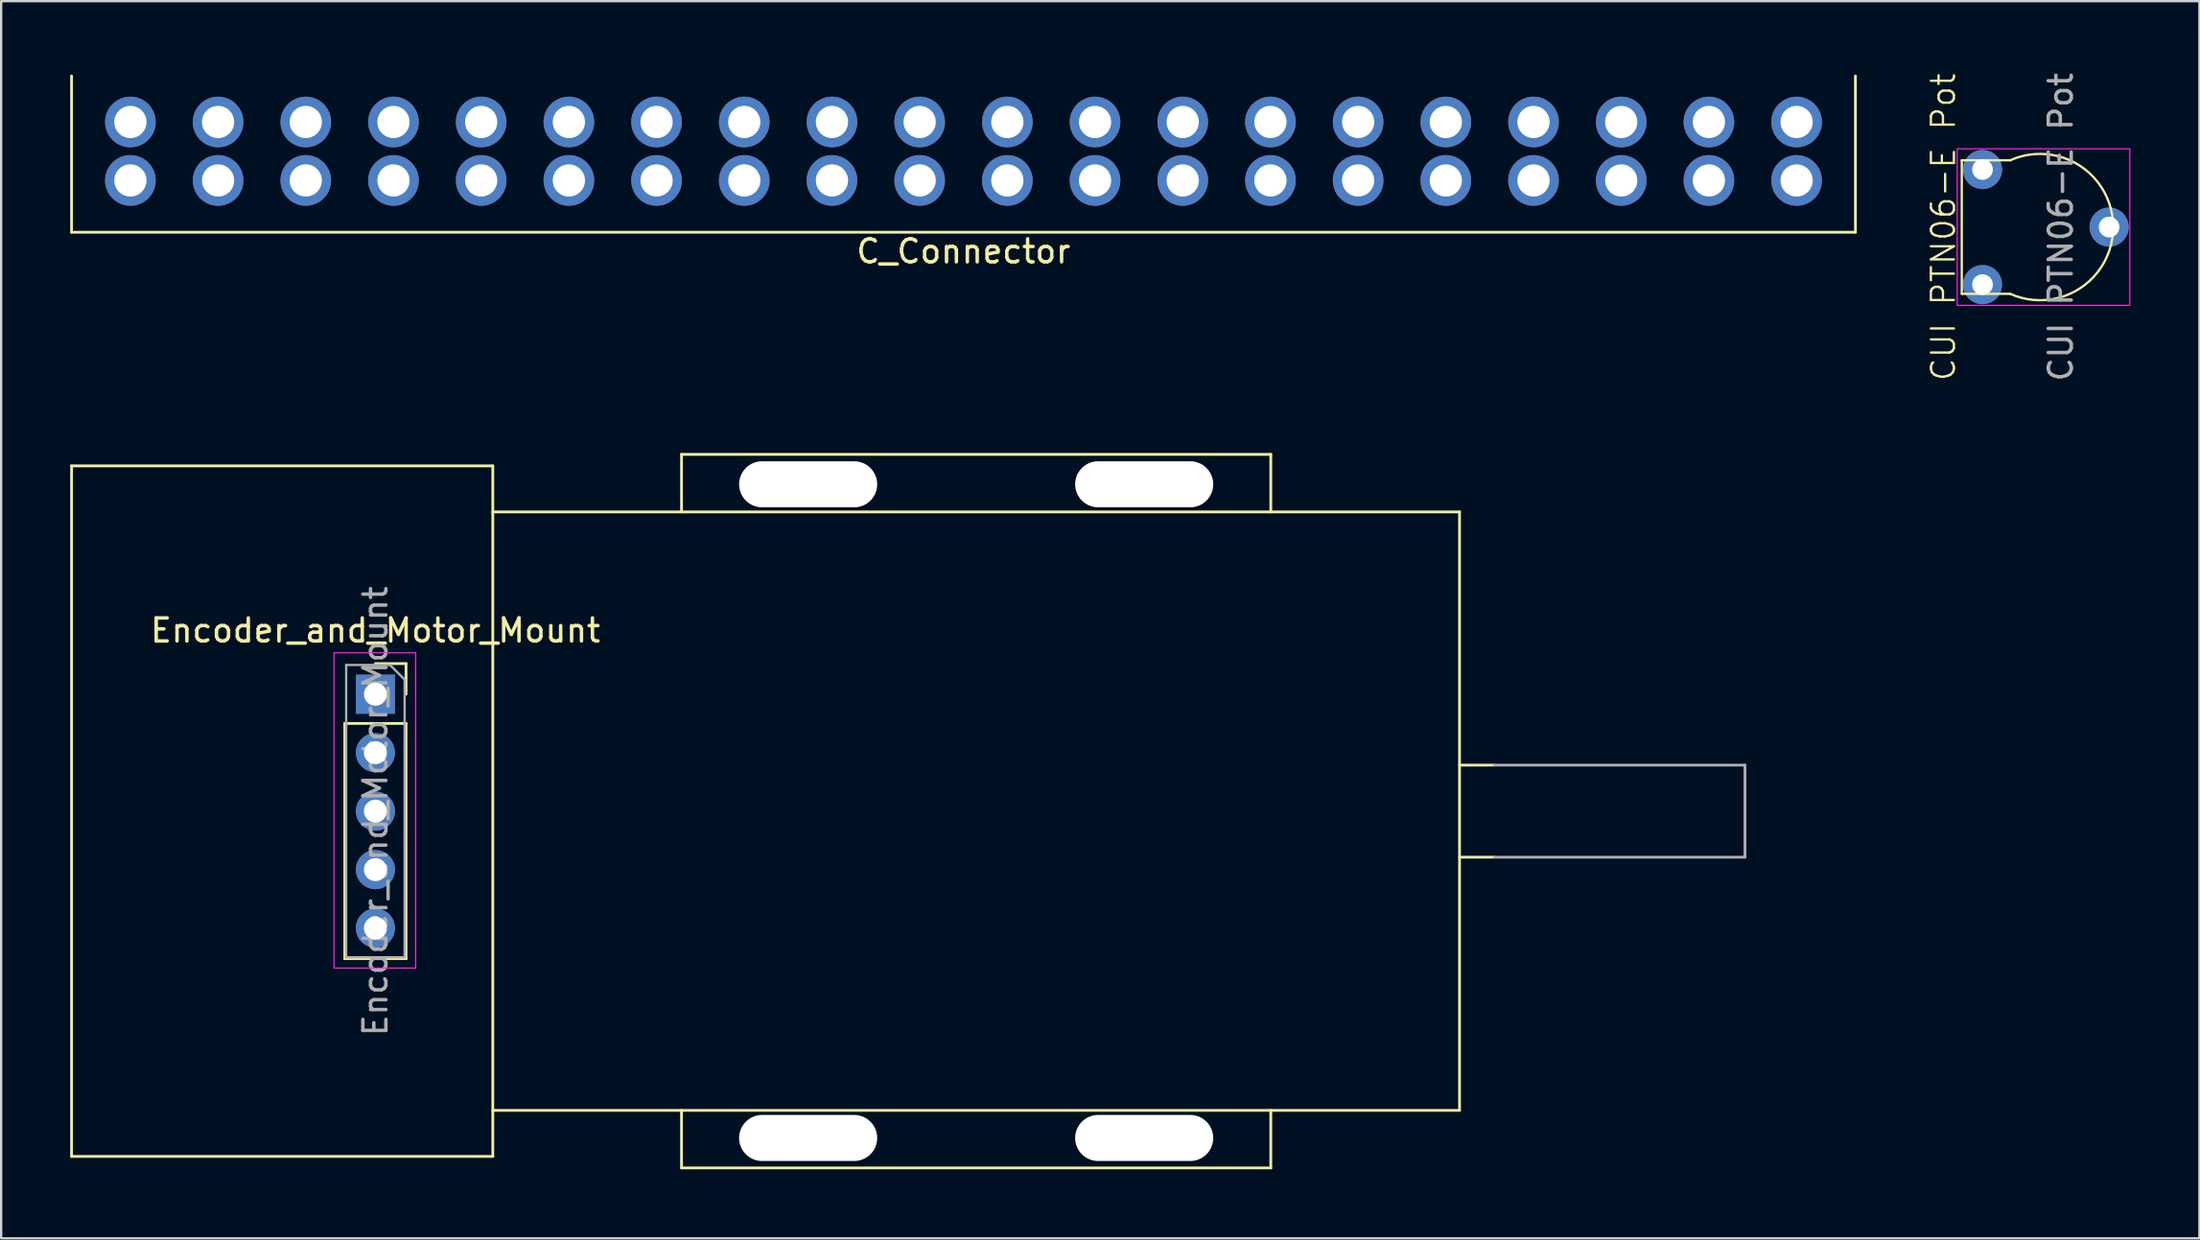
<source format=kicad_pcb>
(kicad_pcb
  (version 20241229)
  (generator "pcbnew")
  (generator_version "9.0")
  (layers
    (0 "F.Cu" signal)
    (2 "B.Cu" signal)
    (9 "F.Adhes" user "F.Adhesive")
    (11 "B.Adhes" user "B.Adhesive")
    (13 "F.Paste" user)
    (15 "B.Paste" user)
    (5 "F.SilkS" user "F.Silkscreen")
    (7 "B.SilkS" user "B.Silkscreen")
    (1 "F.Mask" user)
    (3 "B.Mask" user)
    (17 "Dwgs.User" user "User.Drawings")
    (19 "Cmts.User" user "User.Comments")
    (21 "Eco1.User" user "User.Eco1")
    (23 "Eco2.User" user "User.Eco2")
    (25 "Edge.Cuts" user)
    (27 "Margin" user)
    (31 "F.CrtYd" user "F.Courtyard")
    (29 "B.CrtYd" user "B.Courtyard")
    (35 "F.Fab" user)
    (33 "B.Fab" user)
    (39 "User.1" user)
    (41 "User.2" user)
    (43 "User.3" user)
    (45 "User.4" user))
  (footprint "Encoder_and_Motor_Mount"
    (layer "F.Cu")
    (at 5.16 32.191)
    (property "Reference" "Encoder_and_Motor_Mount" (at 8.1 -7.85 0) (layer "F.SilkS") (effects (font (size 1 1) (thickness 0.15))))
    (attr through_hole)
    (fp_line (start -5.1 -15) (end -5.1 15) (stroke (width 0.12) (type solid)) (layer "F.SilkS"))
    (fp_line (start -5.1 15) (end 13.2 15) (stroke (width 0.12) (type solid)) (layer "F.SilkS"))
    (fp_line (start 6.77 -3.81) (end 6.77 6.41) (stroke (width 0.12) (type solid)) (layer "F.SilkS"))
    (fp_line (start 6.77 -3.81) (end 9.43 -3.81) (stroke (width 0.12) (type solid)) (layer "F.SilkS"))
    (fp_line (start 6.77 6.41) (end 9.43 6.41) (stroke (width 0.12) (type solid)) (layer "F.SilkS"))
    (fp_line (start 8.1 -6.41) (end 9.43 -6.41) (stroke (width 0.12) (type solid)) (layer "F.SilkS"))
    (fp_line (start 9.43 -6.41) (end 9.43 -5.08) (stroke (width 0.12) (type solid)) (layer "F.SilkS"))
    (fp_line (start 9.43 -3.81) (end 9.43 6.41) (stroke (width 0.12) (type solid)) (layer "F.SilkS"))
    (fp_line (start 13.2 -15) (end -5.1 -15) (stroke (width 0.12) (type solid)) (layer "F.SilkS"))
    (fp_line (start 13.2 -13) (end 55.2 -13) (stroke (width 0.12) (type solid)) (layer "F.SilkS"))
    (fp_line (start 13.2 15) (end 13.2 -15) (stroke (width 0.12) (type solid)) (layer "F.SilkS"))
    (fp_line (start 21.4 -15.5) (end 47 -15.5) (stroke (width 0.12) (type solid)) (layer "F.SilkS"))
    (fp_line (start 21.4 -13) (end 21.4 -15.5) (stroke (width 0.12) (type solid)) (layer "F.SilkS"))
    (fp_line (start 21.4 15.5) (end 21.4 13) (stroke (width 0.12) (type solid)) (layer "F.SilkS"))
    (fp_line (start 47 -15.5) (end 47 -13) (stroke (width 0.12) (type solid)) (layer "F.SilkS"))
    (fp_line (start 47 13) (end 47 15.5) (stroke (width 0.12) (type solid)) (layer "F.SilkS"))
    (fp_line (start 47 15.5) (end 21.4 15.5) (stroke (width 0.12) (type solid)) (layer "F.SilkS"))
    (fp_line (start 55.2 -13) (end 55.2 13) (stroke (width 0.12) (type solid)) (layer "F.SilkS"))
    (fp_line (start 55.2 13) (end 13.2 13) (stroke (width 0.12) (type solid)) (layer "F.SilkS"))
    (fp_line (start 56.7 -2) (end 55.2 -2) (stroke (width 0.12) (type solid)) (layer "F.SilkS"))
    (fp_line (start 56.7 2) (end 55.2 2) (stroke (width 0.12) (type solid)) (layer "F.SilkS"))
    (fp_line (start 6.3 -6.88) (end 9.85 -6.88) (stroke (width 0.05) (type solid)) (layer "F.CrtYd"))
    (fp_line (start 6.3 6.82) (end 6.3 -6.88) (stroke (width 0.05) (type solid)) (layer "F.CrtYd"))
    (fp_line (start 9.85 -6.88) (end 9.85 6.82) (stroke (width 0.05) (type solid)) (layer "F.CrtYd"))
    (fp_line (start 9.85 6.82) (end 6.3 6.82) (stroke (width 0.05) (type solid)) (layer "F.CrtYd"))
    (fp_line (start 6.83 -6.35) (end 8.735 -6.35) (stroke (width 0.1) (type solid)) (layer "F.Fab"))
    (fp_line (start 6.83 6.35) (end 6.83 -6.35) (stroke (width 0.1) (type solid)) (layer "F.Fab"))
    (fp_line (start 8.735 -6.35) (end 9.37 -5.715) (stroke (width 0.1) (type solid)) (layer "F.Fab"))
    (fp_line (start 9.37 -5.715) (end 9.37 6.35) (stroke (width 0.1) (type solid)) (layer "F.Fab"))
    (fp_line (start 9.37 6.35) (end 6.83 6.35) (stroke (width 0.1) (type solid)) (layer "F.Fab"))
    (fp_line (start 56.7 -2) (end 67.6 -2) (stroke (width 0.12) (type solid)) (layer "F.Fab"))
    (fp_line (start 67.6 -2) (end 67.6 2) (stroke (width 0.12) (type solid)) (layer "F.Fab"))
    (fp_line (start 67.6 2) (end 56.7 2) (stroke (width 0.12) (type solid)) (layer "F.Fab"))
    (fp_text user "${REFERENCE}" (at 8.1 0 90) (layer "F.Fab") (effects (font (size 1 1) (thickness 0.15))))
    (pad "" np_thru_hole oval (at 26.9 -14.2) (size 6 2) (drill oval 6 2) (layers "*.Cu" "*.Mask"))
    (pad "" np_thru_hole oval (at 26.9 14.2 180) (size 6 2) (drill oval 6 2) (layers "*.Cu" "*.Mask"))
    (pad "" np_thru_hole oval (at 41.5 -14.2) (size 6 2) (drill oval 6 2) (layers "*.Cu" "*.Mask"))
    (pad "" np_thru_hole oval (at 41.5 14.2 180) (size 6 2) (drill oval 6 2) (layers "*.Cu" "*.Mask"))
    (pad "1" thru_hole rect (at 8.1 -5.08) (size 1.7 1.7) (drill 1) (layers "*.Cu" "*.Mask"))
    (pad "2" thru_hole oval (at 8.1 -2.54) (size 1.7 1.7) (drill 1) (layers "*.Cu" "*.Mask"))
    (pad "3" thru_hole oval (at 8.1 0) (size 1.7 1.7) (drill 1) (layers "*.Cu" "*.Mask"))
    (pad "4" thru_hole oval (at 8.1 2.54) (size 1.7 1.7) (drill 1) (layers "*.Cu" "*.Mask"))
    (pad "5" thru_hole oval (at 8.1 5.08) (size 1.7 1.7) (drill 1) (layers "*.Cu" "*.Mask")))
  (footprint "C_Connector"
    (layer "F.Cu")
    (at 38.81 0.25)
    (property "Reference" "C_Connector" (at 0 7.62 0) (layer "F.SilkS") (effects (font (size 1 1) (thickness 0.15))))
    (attr through_hole)
    (fp_line (start -38.75 0) (end -38.75 6.79) (stroke (width 0.12) (type solid)) (layer "F.SilkS"))
    (fp_line (start -38.75 6.79) (end 38.75 6.79) (stroke (width 0.12) (type solid)) (layer "F.SilkS"))
    (fp_line (start 38.75 6.79) (end 38.75 0) (stroke (width 0.12) (type solid)) (layer "F.SilkS"))
    (pad "1" thru_hole circle (at -36.195 2) (size 2.2 2.2) (drill 1.4) (layers "*.Cu" "*.Mask"))
    (pad "1" thru_hole circle (at -36.195 4.54) (size 2.2 2.2) (drill 1.4) (layers "*.Cu" "*.Mask"))
    (pad "2" thru_hole circle (at -32.385 2) (size 2.2 2.2) (drill 1.4) (layers "*.Cu" "*.Mask"))
    (pad "2" thru_hole circle (at -32.385 4.54) (size 2.2 2.2) (drill 1.4) (layers "*.Cu" "*.Mask"))
    (pad "3" thru_hole circle (at -28.575 2) (size 2.2 2.2) (drill 1.4) (layers "*.Cu" "*.Mask"))
    (pad "3" thru_hole circle (at -28.575 4.54) (size 2.2 2.2) (drill 1.4) (layers "*.Cu" "*.Mask"))
    (pad "4" thru_hole circle (at -24.765 2) (size 2.2 2.2) (drill 1.4) (layers "*.Cu" "*.Mask"))
    (pad "4" thru_hole circle (at -24.765 4.54) (size 2.2 2.2) (drill 1.4) (layers "*.Cu" "*.Mask"))
    (pad "5" thru_hole circle (at -20.955 2) (size 2.2 2.2) (drill 1.4) (layers "*.Cu" "*.Mask"))
    (pad "5" thru_hole circle (at -20.955 4.54) (size 2.2 2.2) (drill 1.4) (layers "*.Cu" "*.Mask"))
    (pad "6" thru_hole circle (at -17.145 2) (size 2.2 2.2) (drill 1.4) (layers "*.Cu" "*.Mask"))
    (pad "6" thru_hole circle (at -17.145 4.54) (size 2.2 2.2) (drill 1.4) (layers "*.Cu" "*.Mask"))
    (pad "7" thru_hole circle (at -13.335 2) (size 2.2 2.2) (drill 1.4) (layers "*.Cu" "*.Mask"))
    (pad "7" thru_hole circle (at -13.335 4.54) (size 2.2 2.2) (drill 1.4) (layers "*.Cu" "*.Mask"))
    (pad "8" thru_hole circle (at -9.525 2) (size 2.2 2.2) (drill 1.4) (layers "*.Cu" "*.Mask"))
    (pad "8" thru_hole circle (at -9.525 4.54) (size 2.2 2.2) (drill 1.4) (layers "*.Cu" "*.Mask"))
    (pad "9" thru_hole circle (at -5.715 2) (size 2.2 2.2) (drill 1.4) (layers "*.Cu" "*.Mask"))
    (pad "9" thru_hole circle (at -5.715 4.54) (size 2.2 2.2) (drill 1.4) (layers "*.Cu" "*.Mask"))
    (pad "10" thru_hole circle (at -1.905 2) (size 2.2 2.2) (drill 1.4) (layers "*.Cu" "*.Mask"))
    (pad "10" thru_hole circle (at -1.905 4.54) (size 2.2 2.2) (drill 1.4) (layers "*.Cu" "*.Mask"))
    (pad "11" thru_hole circle (at 1.905 2) (size 2.2 2.2) (drill 1.4) (layers "*.Cu" "*.Mask"))
    (pad "11" thru_hole circle (at 1.905 4.54) (size 2.2 2.2) (drill 1.4) (layers "*.Cu" "*.Mask"))
    (pad "12" thru_hole circle (at 5.715 2) (size 2.2 2.2) (drill 1.4) (layers "*.Cu" "*.Mask"))
    (pad "12" thru_hole circle (at 5.715 4.54) (size 2.2 2.2) (drill 1.4) (layers "*.Cu" "*.Mask"))
    (pad "13" thru_hole circle (at 9.525 2) (size 2.2 2.2) (drill 1.4) (layers "*.Cu" "*.Mask"))
    (pad "13" thru_hole circle (at 9.525 4.54) (size 2.2 2.2) (drill 1.4) (layers "*.Cu" "*.Mask"))
    (pad "14" thru_hole circle (at 13.335 2) (size 2.2 2.2) (drill 1.4) (layers "*.Cu" "*.Mask"))
    (pad "14" thru_hole circle (at 13.335 4.54) (size 2.2 2.2) (drill 1.4) (layers "*.Cu" "*.Mask"))
    (pad "15" thru_hole circle (at 17.145 2) (size 2.2 2.2) (drill 1.4) (layers "*.Cu" "*.Mask"))
    (pad "15" thru_hole circle (at 17.145 4.54) (size 2.2 2.2) (drill 1.4) (layers "*.Cu" "*.Mask"))
    (pad "16" thru_hole circle (at 20.955 2) (size 2.2 2.2) (drill 1.4) (layers "*.Cu" "*.Mask"))
    (pad "16" thru_hole circle (at 20.955 4.54) (size 2.2 2.2) (drill 1.4) (layers "*.Cu" "*.Mask"))
    (pad "17" thru_hole circle (at 24.765 2) (size 2.2 2.2) (drill 1.4) (layers "*.Cu" "*.Mask"))
    (pad "17" thru_hole circle (at 24.765 4.54) (size 2.2 2.2) (drill 1.4) (layers "*.Cu" "*.Mask"))
    (pad "18" thru_hole circle (at 28.575 2) (size 2.2 2.2) (drill 1.4) (layers "*.Cu" "*.Mask"))
    (pad "18" thru_hole circle (at 28.575 4.54) (size 2.2 2.2) (drill 1.4) (layers "*.Cu" "*.Mask"))
    (pad "19" thru_hole circle (at 32.385 2) (size 2.2 2.2) (drill 1.4) (layers "*.Cu" "*.Mask"))
    (pad "19" thru_hole circle (at 32.385 4.54) (size 2.2 2.2) (drill 1.4) (layers "*.Cu" "*.Mask"))
    (pad "20" thru_hole circle (at 36.195 2) (size 2.2 2.2) (drill 1.4) (layers "*.Cu" "*.Mask"))
    (pad "20" thru_hole circle (at 36.195 4.54) (size 2.2 2.2) (drill 1.4) (layers "*.Cu" "*.Mask")))
  (footprint "CUI PTN06-E Pot"
    (layer "F.Cu")
    (at 85.581 6.815)
    (property "Reference" "CUI PTN06-E Pot" (at -4.2 0 90) (unlocked yes) (layer "F.SilkS") (effects (font (size 1 1) (thickness 0.1))))
    (attr through_hole)
    (fp_line (start -3.4 -2.9) (end -3.4 2.9) (stroke (width 0.1) (type default)) (layer "F.SilkS"))
    (fp_line (start -3.4 -2.9) (end -1.3 -2.9) (stroke (width 0.1) (type default)) (layer "F.SilkS"))
    (fp_line (start -3.4 2.9) (end -1.3 2.9) (stroke (width 0.1) (type default)) (layer "F.SilkS"))
    (fp_arc (start -1.3 -2.899999) (mid 3.178049 0) (end -1.3 2.899999) (stroke (width 0.1) (type default)) (layer "F.SilkS"))
    (fp_rect (start -3.6 -3.4) (end 3.9 3.4) (stroke (width 0.05) (type default)) (fill no) (layer "F.CrtYd"))
    (fp_text user "${REFERENCE}" (at 0.9 0 90) (unlocked yes) (layer "F.Fab") (effects (font (size 1 1) (thickness 0.15))))
    (pad "1" thru_hole circle (at -2.5 -2.5) (size 1.7 1.7) (drill 0.9) (layers "*.Cu" "*.Mask"))
    (pad "2" thru_hole circle (at 3 0) (size 1.7 1.7) (drill 0.9) (layers "*.Cu" "*.Mask"))
    (pad "3" thru_hole circle (at -2.5 2.5) (size 1.7 1.7) (drill 0.9) (layers "*.Cu" "*.Mask")))
  (gr_rect
    (start -3 -3)
    (end 92.505 50.751)
    (stroke (width 0.1) (type default))
    (fill no)
    (layer "Edge.Cuts")))
</source>
